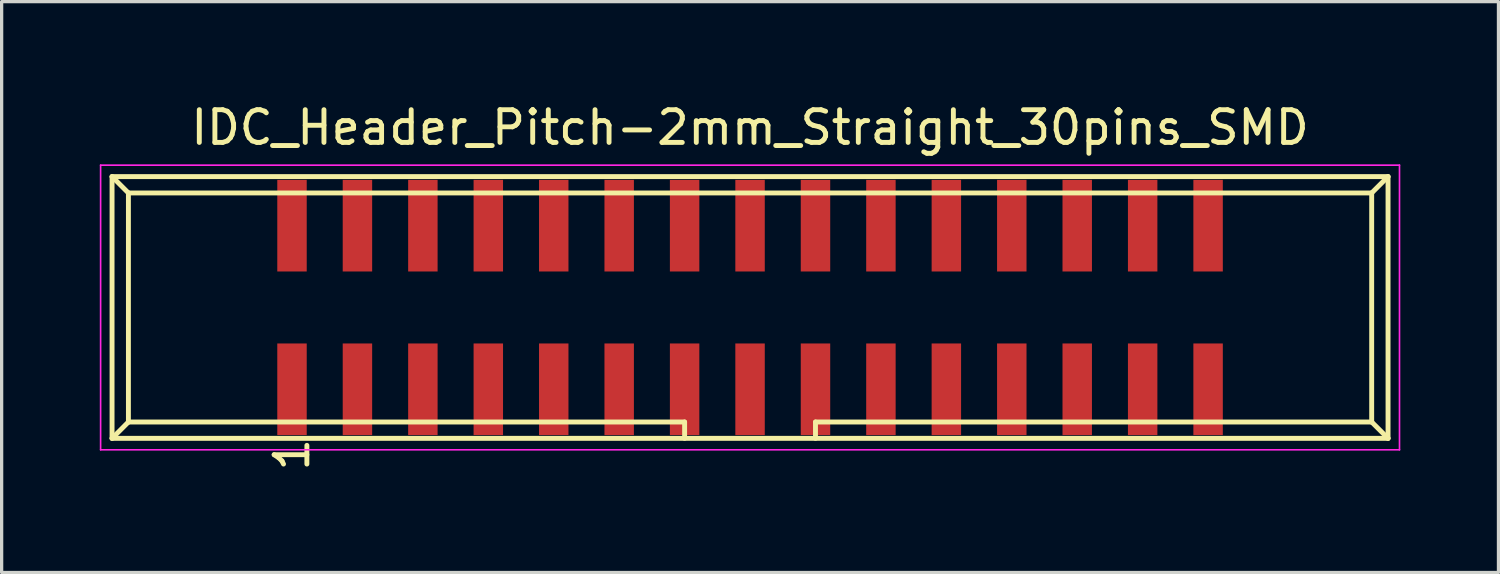
<source format=kicad_pcb>
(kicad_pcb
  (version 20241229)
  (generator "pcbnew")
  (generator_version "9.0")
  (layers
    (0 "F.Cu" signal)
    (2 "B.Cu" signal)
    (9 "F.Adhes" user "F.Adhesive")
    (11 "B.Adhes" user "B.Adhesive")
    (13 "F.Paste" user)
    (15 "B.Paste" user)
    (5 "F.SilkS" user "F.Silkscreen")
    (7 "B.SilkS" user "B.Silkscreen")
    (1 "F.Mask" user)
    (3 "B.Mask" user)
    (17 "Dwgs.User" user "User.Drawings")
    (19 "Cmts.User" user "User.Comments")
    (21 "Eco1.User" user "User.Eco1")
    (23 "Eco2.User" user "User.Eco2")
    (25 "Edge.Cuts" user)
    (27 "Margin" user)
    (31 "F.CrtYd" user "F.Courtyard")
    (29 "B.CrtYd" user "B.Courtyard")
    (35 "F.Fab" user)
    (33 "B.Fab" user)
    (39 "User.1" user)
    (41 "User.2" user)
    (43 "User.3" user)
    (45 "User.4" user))
  (footprint "IDC_Header_Pitch-2mm_Straight_30pins_SMD"
    (layer "F.Cu")
    (at 19.875 6.348)
    (property "Reference" "IDC_Header_Pitch-2mm_Straight_30pins_SMD" (at 0 -5.5 0) (layer "F.SilkS") (effects (font (size 1 1) (thickness 0.15))))
    (attr through_hole)
    (fp_line (start -19.5 -4) (end 19.5 -4) (stroke (width 0.15) (type solid)) (layer "F.SilkS"))
    (fp_line (start -19.5 4) (end -19.5 -4) (stroke (width 0.15) (type solid)) (layer "F.SilkS"))
    (fp_line (start -19 -3.5) (end -19.5 -4) (stroke (width 0.15) (type solid)) (layer "F.SilkS"))
    (fp_line (start -19 -3.5) (end -19 3.5) (stroke (width 0.15) (type solid)) (layer "F.SilkS"))
    (fp_line (start -19 -3.5) (end 19 -3.5) (stroke (width 0.15) (type solid)) (layer "F.SilkS"))
    (fp_line (start -19 3.5) (end -19.5 4) (stroke (width 0.15) (type solid)) (layer "F.SilkS"))
    (fp_line (start -19 3.5) (end -2 3.5) (stroke (width 0.15) (type solid)) (layer "F.SilkS"))
    (fp_line (start -2 3.5) (end -2 4) (stroke (width 0.15) (type solid)) (layer "F.SilkS"))
    (fp_line (start 2 3.5) (end 2 4) (stroke (width 0.15) (type solid)) (layer "F.SilkS"))
    (fp_line (start 19 -3.5) (end 19 3.5) (stroke (width 0.15) (type solid)) (layer "F.SilkS"))
    (fp_line (start 19 -3.5) (end 19.5 -4) (stroke (width 0.15) (type solid)) (layer "F.SilkS"))
    (fp_line (start 19 3.5) (end 2 3.5) (stroke (width 0.15) (type solid)) (layer "F.SilkS"))
    (fp_line (start 19.5 -4) (end 19.5 4) (stroke (width 0.15) (type solid)) (layer "F.SilkS"))
    (fp_line (start 19.5 4) (end -19.5 4) (stroke (width 0.15) (type solid)) (layer "F.SilkS"))
    (fp_line (start 19.5 4) (end 19 3.5) (stroke (width 0.15) (type solid)) (layer "F.SilkS"))
    (fp_line (start -19.85 -4.35) (end -19.85 4.35) (stroke (width 0.05) (type solid)) (layer "F.CrtYd"))
    (fp_line (start -19.85 4.35) (end 19.85 4.35) (stroke (width 0.05) (type solid)) (layer "F.CrtYd"))
    (fp_line (start 19.85 -4.35) (end -19.85 -4.35) (stroke (width 0.05) (type solid)) (layer "F.CrtYd"))
    (fp_line (start 19.85 4.35) (end 19.85 -4.35) (stroke (width 0.05) (type solid)) (layer "F.CrtYd"))
    (fp_text user "1" (at -14 4.5 90) (layer "F.SilkS") (effects (font (size 1 1) (thickness 0.15))))
    (pad "1" smd rect (at -14 2.5) (size 0.9 2.8) (layers "F.Cu" "F.Mask" "F.Paste"))
    (pad "2" smd rect (at -14 -2.5) (size 0.9 2.8) (layers "F.Cu" "F.Mask" "F.Paste"))
    (pad "3" smd rect (at -12 2.5) (size 0.9 2.8) (layers "F.Cu" "F.Mask" "F.Paste"))
    (pad "4" smd rect (at -12 -2.5) (size 0.9 2.8) (layers "F.Cu" "F.Mask" "F.Paste"))
    (pad "5" smd rect (at -10 2.5) (size 0.9 2.8) (layers "F.Cu" "F.Mask" "F.Paste"))
    (pad "6" smd rect (at -10 -2.5) (size 0.9 2.8) (layers "F.Cu" "F.Mask" "F.Paste"))
    (pad "7" smd rect (at -8 2.5) (size 0.9 2.8) (layers "F.Cu" "F.Mask" "F.Paste"))
    (pad "8" smd rect (at -8 -2.5) (size 0.9 2.8) (layers "F.Cu" "F.Mask" "F.Paste"))
    (pad "9" smd rect (at -6 2.5) (size 0.9 2.8) (layers "F.Cu" "F.Mask" "F.Paste"))
    (pad "10" smd rect (at -6 -2.5) (size 0.9 2.8) (layers "F.Cu" "F.Mask" "F.Paste"))
    (pad "11" smd rect (at -4 2.5) (size 0.9 2.8) (layers "F.Cu" "F.Mask" "F.Paste"))
    (pad "12" smd rect (at -4 -2.5) (size 0.9 2.8) (layers "F.Cu" "F.Mask" "F.Paste"))
    (pad "13" smd rect (at -2 2.5) (size 0.9 2.8) (layers "F.Cu" "F.Mask" "F.Paste"))
    (pad "14" smd rect (at -2 -2.5) (size 0.9 2.8) (layers "F.Cu" "F.Mask" "F.Paste"))
    (pad "15" smd rect (at 0 2.5) (size 0.9 2.8) (layers "F.Cu" "F.Mask" "F.Paste"))
    (pad "16" smd rect (at 0 -2.5) (size 0.9 2.8) (layers "F.Cu" "F.Mask" "F.Paste"))
    (pad "17" smd rect (at 2 2.5) (size 0.9 2.8) (layers "F.Cu" "F.Mask" "F.Paste"))
    (pad "18" smd rect (at 2 -2.5) (size 0.9 2.8) (layers "F.Cu" "F.Mask" "F.Paste"))
    (pad "19" smd rect (at 4 2.5) (size 0.9 2.8) (layers "F.Cu" "F.Mask" "F.Paste"))
    (pad "20" smd rect (at 4 -2.5) (size 0.9 2.8) (layers "F.Cu" "F.Mask" "F.Paste"))
    (pad "21" smd rect (at 6 2.5) (size 0.9 2.8) (layers "F.Cu" "F.Mask" "F.Paste"))
    (pad "22" smd rect (at 6 -2.5) (size 0.9 2.8) (layers "F.Cu" "F.Mask" "F.Paste"))
    (pad "23" smd rect (at 8 2.5) (size 0.9 2.8) (layers "F.Cu" "F.Mask" "F.Paste"))
    (pad "24" smd rect (at 8 -2.5) (size 0.9 2.8) (layers "F.Cu" "F.Mask" "F.Paste"))
    (pad "25" smd rect (at 10 2.5) (size 0.9 2.8) (layers "F.Cu" "F.Mask" "F.Paste"))
    (pad "26" smd rect (at 10 -2.5) (size 0.9 2.8) (layers "F.Cu" "F.Mask" "F.Paste"))
    (pad "27" smd rect (at 12 2.5) (size 0.9 2.8) (layers "F.Cu" "F.Mask" "F.Paste"))
    (pad "28" smd rect (at 12 -2.5) (size 0.9 2.8) (layers "F.Cu" "F.Mask" "F.Paste"))
    (pad "29" smd rect (at 14 2.5) (size 0.9 2.8) (layers "F.Cu" "F.Mask" "F.Paste"))
    (pad "30" smd rect (at 14 -2.5) (size 0.9 2.8) (layers "F.Cu" "F.Mask" "F.Paste")))
  (gr_rect
    (start -3 -3)
    (end 42.75 14.449)
    (stroke (width 0.1) (type default))
    (fill no)
    (layer "Edge.Cuts")))
</source>
